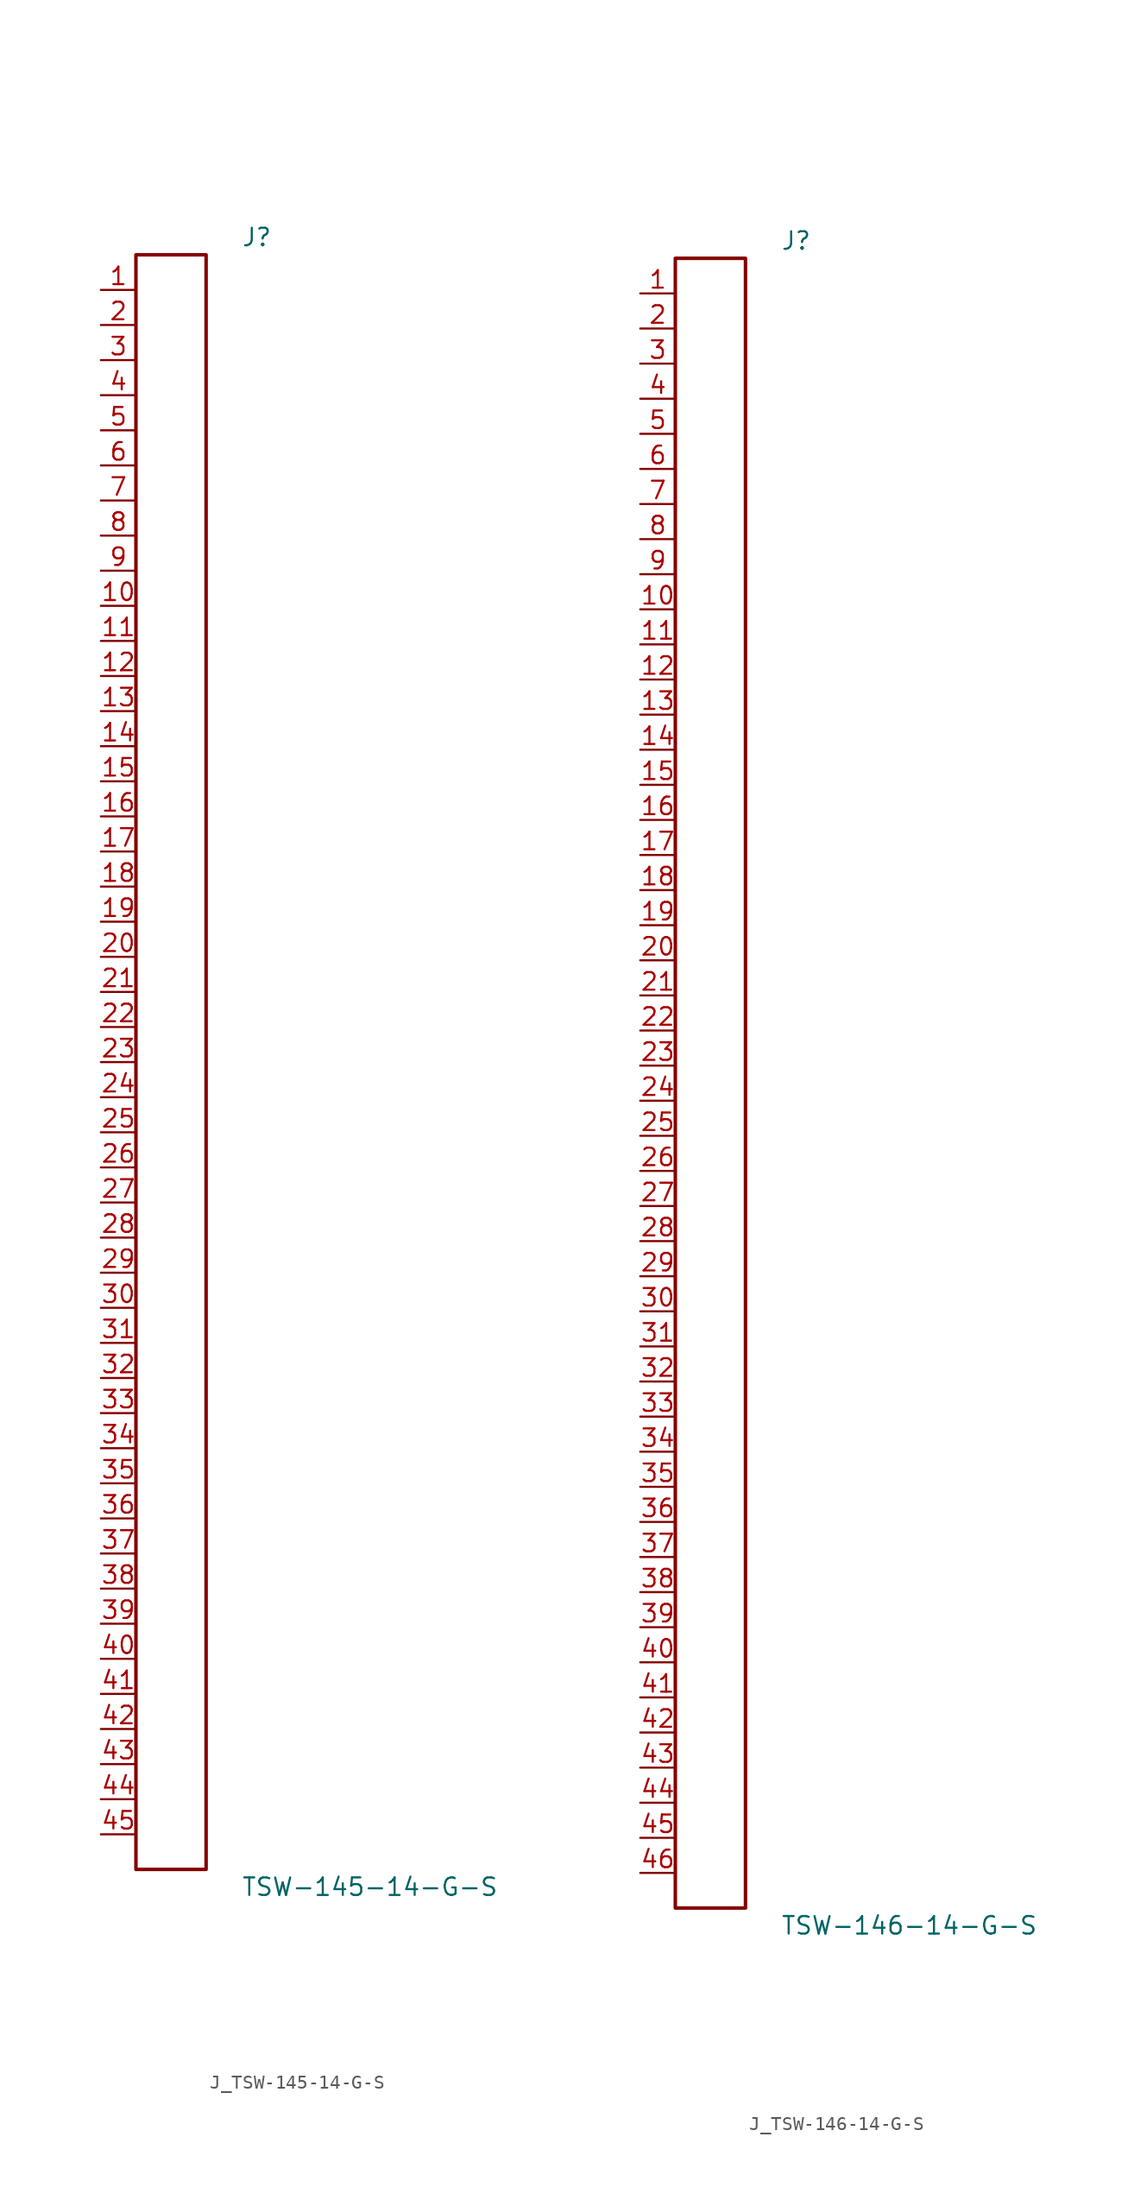
<source format=kicad_sym>
(kicad_symbol_lib
  (version 20231120)
  (generator kicad_symbol_editor)
  (generator_version 8.0)
  (symbol "J_TSW-145-14-G-S"
    (pin_names
      (offset 0.254))
    (property "Reference" "J"
      (at 5.08 59.69 0)
      (effects (font (size 1.27 1.27)) (justify left)))
    (property "Value" "TSW-145-14-G-S"
      (at 5.08 -59.69 0)
      (effects (font (size 1.27 1.27)) (justify left)))
    (symbol "J_TSW-145-14-G-S_0_0"
      (pin passive line (at -5.08 55.88 0) (length 2.54) (name "" (effects (font (size 1.27 1.27)))) (number "1" (effects (font (size 1.27 1.27)))))
      (pin passive line (at -5.08 53.34 0) (length 2.54) (name "" (effects (font (size 1.27 1.27)))) (number "2" (effects (font (size 1.27 1.27)))))
      (pin passive line (at -5.08 50.8 0) (length 2.54) (name "" (effects (font (size 1.27 1.27)))) (number "3" (effects (font (size 1.27 1.27)))))
      (pin passive line (at -5.08 48.26 0) (length 2.54) (name "" (effects (font (size 1.27 1.27)))) (number "4" (effects (font (size 1.27 1.27)))))
      (pin passive line (at -5.08 45.72 0) (length 2.54) (name "" (effects (font (size 1.27 1.27)))) (number "5" (effects (font (size 1.27 1.27)))))
      (pin passive line (at -5.08 43.18 0) (length 2.54) (name "" (effects (font (size 1.27 1.27)))) (number "6" (effects (font (size 1.27 1.27)))))
      (pin passive line (at -5.08 40.64 0) (length 2.54) (name "" (effects (font (size 1.27 1.27)))) (number "7" (effects (font (size 1.27 1.27)))))
      (pin passive line (at -5.08 38.1 0) (length 2.54) (name "" (effects (font (size 1.27 1.27)))) (number "8" (effects (font (size 1.27 1.27)))))
      (pin passive line (at -5.08 35.56 0) (length 2.54) (name "" (effects (font (size 1.27 1.27)))) (number "9" (effects (font (size 1.27 1.27)))))
      (pin passive line (at -5.08 33.02 0) (length 2.54) (name "" (effects (font (size 1.27 1.27)))) (number "10" (effects (font (size 1.27 1.27)))))
      (pin passive line (at -5.08 30.48 0) (length 2.54) (name "" (effects (font (size 1.27 1.27)))) (number "11" (effects (font (size 1.27 1.27)))))
      (pin passive line (at -5.08 27.94 0) (length 2.54) (name "" (effects (font (size 1.27 1.27)))) (number "12" (effects (font (size 1.27 1.27)))))
      (pin passive line (at -5.08 25.4 0) (length 2.54) (name "" (effects (font (size 1.27 1.27)))) (number "13" (effects (font (size 1.27 1.27)))))
      (pin passive line (at -5.08 22.86 0) (length 2.54) (name "" (effects (font (size 1.27 1.27)))) (number "14" (effects (font (size 1.27 1.27)))))
      (pin passive line (at -5.08 20.32 0) (length 2.54) (name "" (effects (font (size 1.27 1.27)))) (number "15" (effects (font (size 1.27 1.27)))))
      (pin passive line (at -5.08 17.78 0) (length 2.54) (name "" (effects (font (size 1.27 1.27)))) (number "16" (effects (font (size 1.27 1.27)))))
      (pin passive line (at -5.08 15.24 0) (length 2.54) (name "" (effects (font (size 1.27 1.27)))) (number "17" (effects (font (size 1.27 1.27)))))
      (pin passive line (at -5.08 12.7 0) (length 2.54) (name "" (effects (font (size 1.27 1.27)))) (number "18" (effects (font (size 1.27 1.27)))))
      (pin passive line (at -5.08 10.16 0) (length 2.54) (name "" (effects (font (size 1.27 1.27)))) (number "19" (effects (font (size 1.27 1.27)))))
      (pin passive line (at -5.08 7.62 0) (length 2.54) (name "" (effects (font (size 1.27 1.27)))) (number "20" (effects (font (size 1.27 1.27)))))
      (pin passive line (at -5.08 5.08 0) (length 2.54) (name "" (effects (font (size 1.27 1.27)))) (number "21" (effects (font (size 1.27 1.27)))))
      (pin passive line (at -5.08 2.54 0) (length 2.54) (name "" (effects (font (size 1.27 1.27)))) (number "22" (effects (font (size 1.27 1.27)))))
      (pin passive line (at -5.08 0.0 0) (length 2.54) (name "" (effects (font (size 1.27 1.27)))) (number "23" (effects (font (size 1.27 1.27)))))
      (pin passive line (at -5.08 -2.54 0) (length 2.54) (name "" (effects (font (size 1.27 1.27)))) (number "24" (effects (font (size 1.27 1.27)))))
      (pin passive line (at -5.08 -5.08 0) (length 2.54) (name "" (effects (font (size 1.27 1.27)))) (number "25" (effects (font (size 1.27 1.27)))))
      (pin passive line (at -5.08 -7.62 0) (length 2.54) (name "" (effects (font (size 1.27 1.27)))) (number "26" (effects (font (size 1.27 1.27)))))
      (pin passive line (at -5.08 -10.16 0) (length 2.54) (name "" (effects (font (size 1.27 1.27)))) (number "27" (effects (font (size 1.27 1.27)))))
      (pin passive line (at -5.08 -12.7 0) (length 2.54) (name "" (effects (font (size 1.27 1.27)))) (number "28" (effects (font (size 1.27 1.27)))))
      (pin passive line (at -5.08 -15.24 0) (length 2.54) (name "" (effects (font (size 1.27 1.27)))) (number "29" (effects (font (size 1.27 1.27)))))
      (pin passive line (at -5.08 -17.78 0) (length 2.54) (name "" (effects (font (size 1.27 1.27)))) (number "30" (effects (font (size 1.27 1.27)))))
      (pin passive line (at -5.08 -20.32 0) (length 2.54) (name "" (effects (font (size 1.27 1.27)))) (number "31" (effects (font (size 1.27 1.27)))))
      (pin passive line (at -5.08 -22.86 0) (length 2.54) (name "" (effects (font (size 1.27 1.27)))) (number "32" (effects (font (size 1.27 1.27)))))
      (pin passive line (at -5.08 -25.4 0) (length 2.54) (name "" (effects (font (size 1.27 1.27)))) (number "33" (effects (font (size 1.27 1.27)))))
      (pin passive line (at -5.08 -27.94 0) (length 2.54) (name "" (effects (font (size 1.27 1.27)))) (number "34" (effects (font (size 1.27 1.27)))))
      (pin passive line (at -5.08 -30.48 0) (length 2.54) (name "" (effects (font (size 1.27 1.27)))) (number "35" (effects (font (size 1.27 1.27)))))
      (pin passive line (at -5.08 -33.02 0) (length 2.54) (name "" (effects (font (size 1.27 1.27)))) (number "36" (effects (font (size 1.27 1.27)))))
      (pin passive line (at -5.08 -35.56 0) (length 2.54) (name "" (effects (font (size 1.27 1.27)))) (number "37" (effects (font (size 1.27 1.27)))))
      (pin passive line (at -5.08 -38.1 0) (length 2.54) (name "" (effects (font (size 1.27 1.27)))) (number "38" (effects (font (size 1.27 1.27)))))
      (pin passive line (at -5.08 -40.64 0) (length 2.54) (name "" (effects (font (size 1.27 1.27)))) (number "39" (effects (font (size 1.27 1.27)))))
      (pin passive line (at -5.08 -43.18 0) (length 2.54) (name "" (effects (font (size 1.27 1.27)))) (number "40" (effects (font (size 1.27 1.27)))))
      (pin passive line (at -5.08 -45.72 0) (length 2.54) (name "" (effects (font (size 1.27 1.27)))) (number "41" (effects (font (size 1.27 1.27)))))
      (pin passive line (at -5.08 -48.26 0) (length 2.54) (name "" (effects (font (size 1.27 1.27)))) (number "42" (effects (font (size 1.27 1.27)))))
      (pin passive line (at -5.08 -50.8 0) (length 2.54) (name "" (effects (font (size 1.27 1.27)))) (number "43" (effects (font (size 1.27 1.27)))))
      (pin passive line (at -5.08 -53.34 0) (length 2.54) (name "" (effects (font (size 1.27 1.27)))) (number "44" (effects (font (size 1.27 1.27)))))
      (pin passive line (at -5.08 -55.88 0) (length 2.54) (name "" (effects (font (size 1.27 1.27)))) (number "45" (effects (font (size 1.27 1.27))))))
    (symbol "J_TSW-145-14-G-S_1_0"
      (rectangle (start -2.54 58.42) (end 2.54 -58.42) (stroke (width 0.254) (type solid)) (fill (type none)))))
  (symbol "J_TSW-146-14-G-S"
    (pin_names
      (offset 0.254))
    (property "Reference" "J"
      (at 5.08 60.96 0)
      (effects (font (size 1.27 1.27)) (justify left)))
    (property "Value" "TSW-146-14-G-S"
      (at 5.08 -60.96 0)
      (effects (font (size 1.27 1.27)) (justify left)))
    (symbol "J_TSW-146-14-G-S_0_0"
      (pin passive line (at -5.08 57.15 0) (length 2.54) (name "" (effects (font (size 1.27 1.27)))) (number "1" (effects (font (size 1.27 1.27)))))
      (pin passive line (at -5.08 54.61 0) (length 2.54) (name "" (effects (font (size 1.27 1.27)))) (number "2" (effects (font (size 1.27 1.27)))))
      (pin passive line (at -5.08 52.07 0) (length 2.54) (name "" (effects (font (size 1.27 1.27)))) (number "3" (effects (font (size 1.27 1.27)))))
      (pin passive line (at -5.08 49.53 0) (length 2.54) (name "" (effects (font (size 1.27 1.27)))) (number "4" (effects (font (size 1.27 1.27)))))
      (pin passive line (at -5.08 46.99 0) (length 2.54) (name "" (effects (font (size 1.27 1.27)))) (number "5" (effects (font (size 1.27 1.27)))))
      (pin passive line (at -5.08 44.45 0) (length 2.54) (name "" (effects (font (size 1.27 1.27)))) (number "6" (effects (font (size 1.27 1.27)))))
      (pin passive line (at -5.08 41.91 0) (length 2.54) (name "" (effects (font (size 1.27 1.27)))) (number "7" (effects (font (size 1.27 1.27)))))
      (pin passive line (at -5.08 39.37 0) (length 2.54) (name "" (effects (font (size 1.27 1.27)))) (number "8" (effects (font (size 1.27 1.27)))))
      (pin passive line (at -5.08 36.83 0) (length 2.54) (name "" (effects (font (size 1.27 1.27)))) (number "9" (effects (font (size 1.27 1.27)))))
      (pin passive line (at -5.08 34.29 0) (length 2.54) (name "" (effects (font (size 1.27 1.27)))) (number "10" (effects (font (size 1.27 1.27)))))
      (pin passive line (at -5.08 31.75 0) (length 2.54) (name "" (effects (font (size 1.27 1.27)))) (number "11" (effects (font (size 1.27 1.27)))))
      (pin passive line (at -5.08 29.21 0) (length 2.54) (name "" (effects (font (size 1.27 1.27)))) (number "12" (effects (font (size 1.27 1.27)))))
      (pin passive line (at -5.08 26.67 0) (length 2.54) (name "" (effects (font (size 1.27 1.27)))) (number "13" (effects (font (size 1.27 1.27)))))
      (pin passive line (at -5.08 24.13 0) (length 2.54) (name "" (effects (font (size 1.27 1.27)))) (number "14" (effects (font (size 1.27 1.27)))))
      (pin passive line (at -5.08 21.59 0) (length 2.54) (name "" (effects (font (size 1.27 1.27)))) (number "15" (effects (font (size 1.27 1.27)))))
      (pin passive line (at -5.08 19.05 0) (length 2.54) (name "" (effects (font (size 1.27 1.27)))) (number "16" (effects (font (size 1.27 1.27)))))
      (pin passive line (at -5.08 16.51 0) (length 2.54) (name "" (effects (font (size 1.27 1.27)))) (number "17" (effects (font (size 1.27 1.27)))))
      (pin passive line (at -5.08 13.97 0) (length 2.54) (name "" (effects (font (size 1.27 1.27)))) (number "18" (effects (font (size 1.27 1.27)))))
      (pin passive line (at -5.08 11.43 0) (length 2.54) (name "" (effects (font (size 1.27 1.27)))) (number "19" (effects (font (size 1.27 1.27)))))
      (pin passive line (at -5.08 8.89 0) (length 2.54) (name "" (effects (font (size 1.27 1.27)))) (number "20" (effects (font (size 1.27 1.27)))))
      (pin passive line (at -5.08 6.35 0) (length 2.54) (name "" (effects (font (size 1.27 1.27)))) (number "21" (effects (font (size 1.27 1.27)))))
      (pin passive line (at -5.08 3.81 0) (length 2.54) (name "" (effects (font (size 1.27 1.27)))) (number "22" (effects (font (size 1.27 1.27)))))
      (pin passive line (at -5.08 1.27 0) (length 2.54) (name "" (effects (font (size 1.27 1.27)))) (number "23" (effects (font (size 1.27 1.27)))))
      (pin passive line (at -5.08 -1.27 0) (length 2.54) (name "" (effects (font (size 1.27 1.27)))) (number "24" (effects (font (size 1.27 1.27)))))
      (pin passive line (at -5.08 -3.81 0) (length 2.54) (name "" (effects (font (size 1.27 1.27)))) (number "25" (effects (font (size 1.27 1.27)))))
      (pin passive line (at -5.08 -6.35 0) (length 2.54) (name "" (effects (font (size 1.27 1.27)))) (number "26" (effects (font (size 1.27 1.27)))))
      (pin passive line (at -5.08 -8.89 0) (length 2.54) (name "" (effects (font (size 1.27 1.27)))) (number "27" (effects (font (size 1.27 1.27)))))
      (pin passive line (at -5.08 -11.43 0) (length 2.54) (name "" (effects (font (size 1.27 1.27)))) (number "28" (effects (font (size 1.27 1.27)))))
      (pin passive line (at -5.08 -13.97 0) (length 2.54) (name "" (effects (font (size 1.27 1.27)))) (number "29" (effects (font (size 1.27 1.27)))))
      (pin passive line (at -5.08 -16.51 0) (length 2.54) (name "" (effects (font (size 1.27 1.27)))) (number "30" (effects (font (size 1.27 1.27)))))
      (pin passive line (at -5.08 -19.05 0) (length 2.54) (name "" (effects (font (size 1.27 1.27)))) (number "31" (effects (font (size 1.27 1.27)))))
      (pin passive line (at -5.08 -21.59 0) (length 2.54) (name "" (effects (font (size 1.27 1.27)))) (number "32" (effects (font (size 1.27 1.27)))))
      (pin passive line (at -5.08 -24.13 0) (length 2.54) (name "" (effects (font (size 1.27 1.27)))) (number "33" (effects (font (size 1.27 1.27)))))
      (pin passive line (at -5.08 -26.67 0) (length 2.54) (name "" (effects (font (size 1.27 1.27)))) (number "34" (effects (font (size 1.27 1.27)))))
      (pin passive line (at -5.08 -29.21 0) (length 2.54) (name "" (effects (font (size 1.27 1.27)))) (number "35" (effects (font (size 1.27 1.27)))))
      (pin passive line (at -5.08 -31.75 0) (length 2.54) (name "" (effects (font (size 1.27 1.27)))) (number "36" (effects (font (size 1.27 1.27)))))
      (pin passive line (at -5.08 -34.29 0) (length 2.54) (name "" (effects (font (size 1.27 1.27)))) (number "37" (effects (font (size 1.27 1.27)))))
      (pin passive line (at -5.08 -36.83 0) (length 2.54) (name "" (effects (font (size 1.27 1.27)))) (number "38" (effects (font (size 1.27 1.27)))))
      (pin passive line (at -5.08 -39.37 0) (length 2.54) (name "" (effects (font (size 1.27 1.27)))) (number "39" (effects (font (size 1.27 1.27)))))
      (pin passive line (at -5.08 -41.91 0) (length 2.54) (name "" (effects (font (size 1.27 1.27)))) (number "40" (effects (font (size 1.27 1.27)))))
      (pin passive line (at -5.08 -44.45 0) (length 2.54) (name "" (effects (font (size 1.27 1.27)))) (number "41" (effects (font (size 1.27 1.27)))))
      (pin passive line (at -5.08 -46.99 0) (length 2.54) (name "" (effects (font (size 1.27 1.27)))) (number "42" (effects (font (size 1.27 1.27)))))
      (pin passive line (at -5.08 -49.53 0) (length 2.54) (name "" (effects (font (size 1.27 1.27)))) (number "43" (effects (font (size 1.27 1.27)))))
      (pin passive line (at -5.08 -52.07 0) (length 2.54) (name "" (effects (font (size 1.27 1.27)))) (number "44" (effects (font (size 1.27 1.27)))))
      (pin passive line (at -5.08 -54.61 0) (length 2.54) (name "" (effects (font (size 1.27 1.27)))) (number "45" (effects (font (size 1.27 1.27)))))
      (pin passive line (at -5.08 -57.15 0) (length 2.54) (name "" (effects (font (size 1.27 1.27)))) (number "46" (effects (font (size 1.27 1.27))))))
    (symbol "J_TSW-146-14-G-S_1_0"
      (rectangle (start -2.54 59.69) (end 2.54 -59.69) (stroke (width 0.254) (type solid)) (fill (type none))))))
</source>
